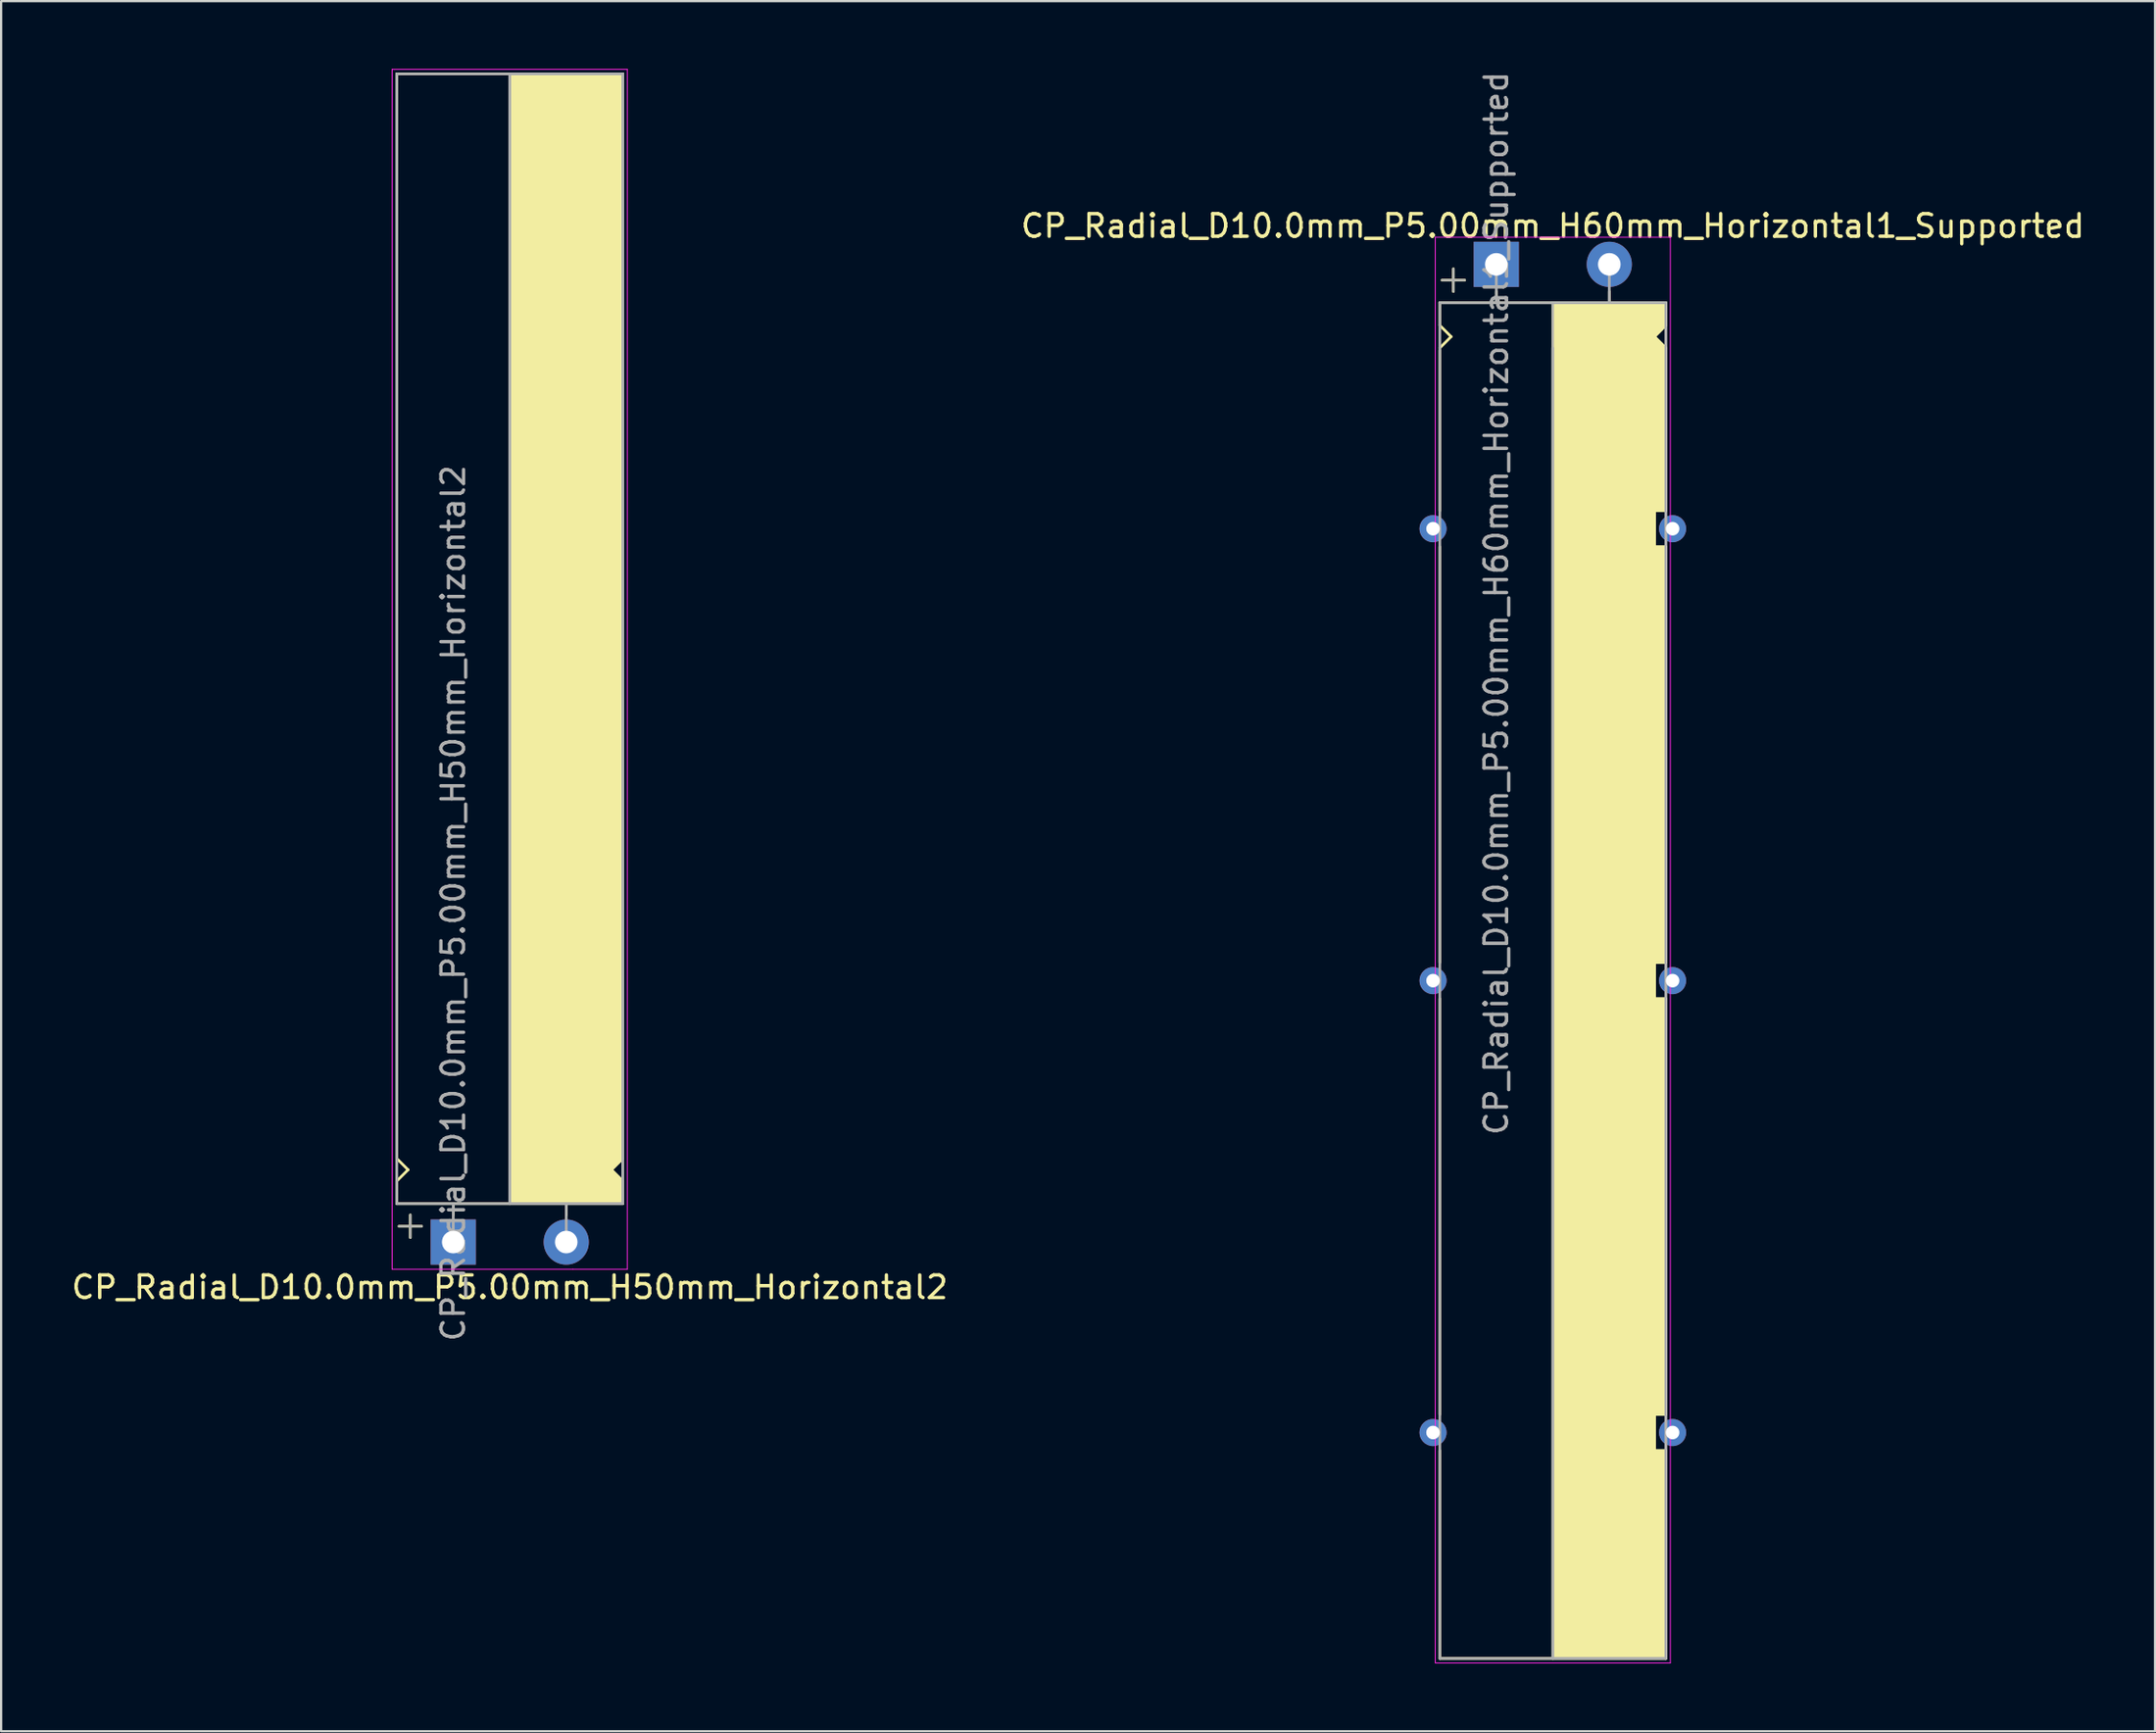
<source format=kicad_pcb>
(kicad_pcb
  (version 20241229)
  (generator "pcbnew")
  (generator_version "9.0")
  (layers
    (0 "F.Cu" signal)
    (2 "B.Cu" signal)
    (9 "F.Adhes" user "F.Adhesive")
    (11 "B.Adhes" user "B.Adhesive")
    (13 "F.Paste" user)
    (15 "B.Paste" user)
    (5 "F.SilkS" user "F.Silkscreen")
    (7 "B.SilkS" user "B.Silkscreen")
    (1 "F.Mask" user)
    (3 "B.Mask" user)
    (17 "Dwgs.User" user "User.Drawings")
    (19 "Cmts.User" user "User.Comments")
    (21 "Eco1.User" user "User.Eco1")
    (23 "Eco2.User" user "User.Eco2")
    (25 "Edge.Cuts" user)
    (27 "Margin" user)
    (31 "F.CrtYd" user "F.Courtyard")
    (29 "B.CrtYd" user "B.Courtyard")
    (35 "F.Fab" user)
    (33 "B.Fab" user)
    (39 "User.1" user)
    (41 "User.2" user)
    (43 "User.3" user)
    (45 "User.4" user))
  (footprint "CP_Radial_D10.0mm_P5.00mm_H50mm_Horizontal2"
    (layer "F.Cu")
    (at 17.006 51.92)
    (property "Reference" "CP_Radial_D10.0mm_P5.00mm_H50mm_Horizontal2" (at 2.5 2 0) (layer "F.SilkS") (effects (font (size 1 1) (thickness 0.15))))
    (attr through_hole)
    (fp_line (start -2.5 -51.7) (end 7.5 -51.7) (stroke (width 0.12) (type solid)) (layer "F.SilkS"))
    (fp_line (start -2.5 -11.7) (end -2.5 -51.7) (stroke (width 0.12) (type solid)) (layer "F.SilkS"))
    (fp_line (start -2.5 -3.7) (end -2.5 -11.7) (stroke (width 0.12) (type solid)) (layer "F.SilkS"))
    (fp_line (start -2.5 -2.7) (end -2 -3.2) (stroke (width 0.12) (type solid)) (layer "F.SilkS"))
    (fp_line (start -2.5 -1.7) (end -2.5 -2.7) (stroke (width 0.12) (type solid)) (layer "F.SilkS"))
    (fp_line (start -2 -3.2) (end -2.5 -3.7) (stroke (width 0.12) (type solid)) (layer "F.SilkS"))
    (fp_line (start -1.9 -1.2) (end -1.9 -0.2) (stroke (width 0.12) (type solid)) (layer "F.SilkS"))
    (fp_line (start -1.4 -0.7) (end -2.4 -0.7) (stroke (width 0.12) (type solid)) (layer "F.SilkS"))
    (fp_line (start 0 -1.7) (end 0 -1.2) (stroke (width 0.12) (type solid)) (layer "F.SilkS"))
    (fp_line (start 2.5 -51.7) (end 2.5 -1.7) (stroke (width 0.12) (type solid)) (layer "F.SilkS"))
    (fp_line (start 2.5 -1.7) (end -2.5 -1.7) (stroke (width 0.12) (type solid)) (layer "F.SilkS"))
    (fp_line (start 5 -1.7) (end 5 -1.2) (stroke (width 0.12) (type solid)) (layer "F.SilkS"))
    (fp_line (start 7 -3.2) (end 7.5 -3.7) (stroke (width 0.12) (type solid)) (layer "F.SilkS"))
    (fp_line (start 7.5 -11.7) (end 7.5 -51.7) (stroke (width 0.12) (type solid)) (layer "F.SilkS"))
    (fp_line (start 7.5 -3.7) (end 7.5 -11.7) (stroke (width 0.12) (type solid)) (layer "F.SilkS"))
    (fp_line (start 7.5 -2.7) (end 7 -3.2) (stroke (width 0.12) (type solid)) (layer "F.SilkS"))
    (fp_line (start 7.5 -1.7) (end 2.5 -1.7) (stroke (width 0.12) (type solid)) (layer "F.SilkS"))
    (fp_line (start 7.5 -1.7) (end 7.5 -2.7) (stroke (width 0.12) (type solid)) (layer "F.SilkS"))
    (fp_poly (pts (xy 7.5 -2.7) (xy 7 -3.2) (xy 7.5 -3.7) (xy 7.5 -51.7) (xy 2.5 -51.7) (xy 2.5 -1.7) (xy 7.5 -1.7)) (stroke (width 0.1) (type solid)) (fill yes) (layer "F.SilkS"))
    (fp_line (start -2.7 -51.9) (end -2.7 1.2) (stroke (width 0.04) (type solid)) (layer "F.CrtYd"))
    (fp_line (start -2.7 1.2) (end 5.3 1.2) (stroke (width 0.04) (type solid)) (layer "F.CrtYd"))
    (fp_line (start 5.3 1.2) (end 7.7 1.2) (stroke (width 0.04) (type solid)) (layer "F.CrtYd"))
    (fp_line (start 7.7 -51.9) (end -2.7 -51.9) (stroke (width 0.04) (type solid)) (layer "F.CrtYd"))
    (fp_line (start 7.7 1.2) (end 7.7 -51.9) (stroke (width 0.04) (type solid)) (layer "F.CrtYd"))
    (fp_line (start -2.5 -51.7) (end 7.5 -51.7) (stroke (width 0.12) (type solid)) (layer "F.Fab"))
    (fp_line (start -2.5 -1.7) (end -2.5 -51.7) (stroke (width 0.12) (type solid)) (layer "F.Fab"))
    (fp_line (start -2.4 -0.7) (end -1.4 -0.7) (stroke (width 0.1) (type solid)) (layer "F.Fab"))
    (fp_line (start -1.9 -0.2) (end -1.9 -1.2) (stroke (width 0.1) (type solid)) (layer "F.Fab"))
    (fp_line (start 0 -1.7) (end 0 0) (stroke (width 0.12) (type solid)) (layer "F.Fab"))
    (fp_line (start 2.5 -1.7) (end 2.5 -51.7) (stroke (width 0.12) (type solid)) (layer "F.Fab"))
    (fp_line (start 5 -1.7) (end 5 0) (stroke (width 0.12) (type solid)) (layer "F.Fab"))
    (fp_line (start 7.5 -51.7) (end 7.5 -1.7) (stroke (width 0.12) (type solid)) (layer "F.Fab"))
    (fp_line (start 7.5 -1.7) (end -2.5 -1.7) (stroke (width 0.12) (type solid)) (layer "F.Fab"))
    (fp_poly (pts (xy 7.5 -51.7) (xy 2.5 -51.7) (xy 2.5 -1.7) (xy 7.5 -1.7)) (stroke (width 0.1) (type solid)) (fill no) (layer "F.Fab"))
    (fp_text user "${REFERENCE}" (at 0 -15 90) (layer "F.Fab") (effects (font (size 1 1) (thickness 0.15))))
    (pad "1" thru_hole rect (at 0 0) (size 2 2) (drill 1) (layers "*.Cu" "*.Mask"))
    (pad "2" thru_hole circle (at 5 0) (size 2 2) (drill 1) (layers "*.Cu" "*.Mask")))
  (footprint "CP_Radial_D10.0mm_P5.00mm_H60mm_Horizontal1_Supported"
    (layer "F.Cu")
    (at 63.161 8.649)
    (property "Reference" "CP_Radial_D10.0mm_P5.00mm_H60mm_Horizontal1_Supported" (at 2.5 -1.7 0) (layer "F.SilkS") (effects (font (size 1 1) (thickness 0.15))))
    (attr through_hole)
    (fp_line (start -2.5 1.7) (end -2.5 2.7) (stroke (width 0.12) (type solid)) (layer "F.SilkS"))
    (fp_line (start -2.5 2.7) (end -2 3.2) (stroke (width 0.12) (type solid)) (layer "F.SilkS"))
    (fp_line (start -2.5 3.8) (end -2.5 10.9) (stroke (width 0.12) (type solid)) (layer "F.SilkS"))
    (fp_line (start -2.5 12.5) (end -2.5 30.9) (stroke (width 0.12) (type solid)) (layer "F.SilkS"))
    (fp_line (start -2.5 50.9) (end -2.5 32.5) (stroke (width 0.12) (type solid)) (layer "F.SilkS"))
    (fp_line (start -2.5 52.5) (end -2.5 61.7) (stroke (width 0.12) (type solid)) (layer "F.SilkS"))
    (fp_line (start -2.5 61.7) (end 7.5 61.7) (stroke (width 0.12) (type solid)) (layer "F.SilkS"))
    (fp_line (start -2 3.2) (end -2.5 3.7) (stroke (width 0.12) (type solid)) (layer "F.SilkS"))
    (fp_line (start -1.9 0.2) (end -1.9 1.2) (stroke (width 0.12) (type solid)) (layer "F.SilkS"))
    (fp_line (start -1.4 0.7) (end -2.4 0.7) (stroke (width 0.12) (type solid)) (layer "F.SilkS"))
    (fp_line (start 0 1.7) (end 0 1.2) (stroke (width 0.12) (type solid)) (layer "F.SilkS"))
    (fp_line (start 2.5 1.7) (end -2.5 1.7) (stroke (width 0.12) (type solid)) (layer "F.SilkS"))
    (fp_line (start 2.5 61.7) (end 2.5 1.7) (stroke (width 0.12) (type solid)) (layer "F.SilkS"))
    (fp_line (start 5 1.7) (end 5 1.2) (stroke (width 0.12) (type solid)) (layer "F.SilkS"))
    (fp_line (start 7 3.2) (end 7.5 3.7) (stroke (width 0.12) (type solid)) (layer "F.SilkS"))
    (fp_line (start 7 10.9) (end 7 12.5) (stroke (width 0.12) (type solid)) (layer "F.SilkS"))
    (fp_line (start 7 12.5) (end 7.5 12.5) (stroke (width 0.12) (type solid)) (layer "F.SilkS"))
    (fp_line (start 7 30.9) (end 7 32.5) (stroke (width 0.12) (type solid)) (layer "F.SilkS"))
    (fp_line (start 7 32.5) (end 7.5 32.5) (stroke (width 0.12) (type solid)) (layer "F.SilkS"))
    (fp_line (start 7 50.9) (end 7 52.5) (stroke (width 0.12) (type solid)) (layer "F.SilkS"))
    (fp_line (start 7 52.5) (end 7.5 52.5) (stroke (width 0.12) (type solid)) (layer "F.SilkS"))
    (fp_line (start 7.5 1.7) (end 2.5 1.7) (stroke (width 0.12) (type solid)) (layer "F.SilkS"))
    (fp_line (start 7.5 1.7) (end 7.5 2.7) (stroke (width 0.12) (type solid)) (layer "F.SilkS"))
    (fp_line (start 7.5 2.7) (end 7 3.2) (stroke (width 0.12) (type solid)) (layer "F.SilkS"))
    (fp_line (start 7.5 3.7) (end 7.5 10.9) (stroke (width 0.12) (type solid)) (layer "F.SilkS"))
    (fp_line (start 7.5 10.9) (end 7 10.9) (stroke (width 0.12) (type solid)) (layer "F.SilkS"))
    (fp_line (start 7.5 12.5) (end 7.5 30.9) (stroke (width 0.12) (type solid)) (layer "F.SilkS"))
    (fp_line (start 7.5 30.9) (end 7 30.9) (stroke (width 0.12) (type solid)) (layer "F.SilkS"))
    (fp_line (start 7.5 50.9) (end 7 50.9) (stroke (width 0.12) (type solid)) (layer "F.SilkS"))
    (fp_line (start 7.5 50.9) (end 7.5 32.5) (stroke (width 0.12) (type solid)) (layer "F.SilkS"))
    (fp_line (start 7.5 52.5) (end 7.5 61.7) (stroke (width 0.12) (type solid)) (layer "F.SilkS"))
    (fp_poly (pts (xy 7.5 2.7) (xy 7 3.2) (xy 7.5 3.7) (xy 7.5 10.9) (xy 7 10.9) (xy 7 12.5) (xy 7.5 12.5) (xy 7.5 30.9) (xy 7 30.9) (xy 7 32.5) (xy 7.5 32.5) (xy 7.5 50.9) (xy 7 50.9) (xy 7 52.5) (xy 7.5 52.5) (xy 7.5 61.7) (xy 2.5 61.7) (xy 2.5 1.7) (xy 7.5 1.7)) (stroke (width 0.1) (type solid)) (fill yes) (layer "F.SilkS"))
    (fp_line (start -2.7 -1.2) (end 5.3 -1.2) (stroke (width 0.04) (type solid)) (layer "F.CrtYd"))
    (fp_line (start -2.7 61.9) (end -2.7 -1.2) (stroke (width 0.04) (type solid)) (layer "F.CrtYd"))
    (fp_line (start 5.3 -1.2) (end 7.7 -1.2) (stroke (width 0.04) (type solid)) (layer "F.CrtYd"))
    (fp_line (start 7.7 -1.2) (end 7.7 61.9) (stroke (width 0.04) (type solid)) (layer "F.CrtYd"))
    (fp_line (start 7.7 61.9) (end -2.7 61.9) (stroke (width 0.04) (type solid)) (layer "F.CrtYd"))
    (fp_line (start -2.5 1.7) (end -2.5 61.7) (stroke (width 0.12) (type solid)) (layer "F.Fab"))
    (fp_line (start -2.5 61.7) (end 7.5 61.7) (stroke (width 0.12) (type solid)) (layer "F.Fab"))
    (fp_line (start -2.4 0.7) (end -1.4 0.7) (stroke (width 0.1) (type solid)) (layer "F.Fab"))
    (fp_line (start -1.9 1.2) (end -1.9 0.2) (stroke (width 0.1) (type solid)) (layer "F.Fab"))
    (fp_line (start 0 1.7) (end 0 0) (stroke (width 0.12) (type solid)) (layer "F.Fab"))
    (fp_line (start 2.5 3.7) (end 2.5 61.7) (stroke (width 0.12) (type solid)) (layer "F.Fab"))
    (fp_line (start 5 1.7) (end 5 0) (stroke (width 0.12) (type solid)) (layer "F.Fab"))
    (fp_line (start 7.5 1.7) (end -2.5 1.7) (stroke (width 0.12) (type solid)) (layer "F.Fab"))
    (fp_line (start 7.5 61.7) (end 7.5 1.7) (stroke (width 0.12) (type solid)) (layer "F.Fab"))
    (fp_poly (pts (xy 7.5 61.7) (xy 2.5 61.7) (xy 2.5 1.7) (xy 7.5 1.7)) (stroke (width 0.1) (type solid)) (fill no) (layer "F.Fab"))
    (fp_text user "${REFERENCE}" (at 0 15 90) (layer "F.Fab") (effects (font (size 1 1) (thickness 0.15))))
    (pad "" thru_hole circle (at -2.8 11.7 180) (size 1.2 1.2) (drill 0.6) (layers "*.Cu" "*.Mask"))
    (pad "" thru_hole circle (at -2.8 31.7 180) (size 1.2 1.2) (drill 0.6) (layers "*.Cu" "*.Mask"))
    (pad "" thru_hole circle (at -2.8 51.7) (size 1.2 1.2) (drill 0.6) (layers "*.Cu" "*.Mask"))
    (pad "" thru_hole circle (at 7.8 11.7) (size 1.2 1.2) (drill 0.6) (layers "*.Cu" "*.Mask"))
    (pad "" thru_hole circle (at 7.8 31.7) (size 1.2 1.2) (drill 0.6) (layers "*.Cu" "*.Mask"))
    (pad "" thru_hole circle (at 7.8 51.7) (size 1.2 1.2) (drill 0.6) (layers "*.Cu" "*.Mask"))
    (pad "1" thru_hole rect (at 0 0) (size 2 2) (drill 1) (layers "*.Cu" "*.Mask"))
    (pad "2" thru_hole circle (at 5 0) (size 2 2) (drill 1) (layers "*.Cu" "*.Mask")))
  (gr_rect
    (start -3 -3)
    (end 92.31 73.569)
    (stroke (width 0.1) (type default))
    (fill no)
    (layer "Edge.Cuts")))
</source>
